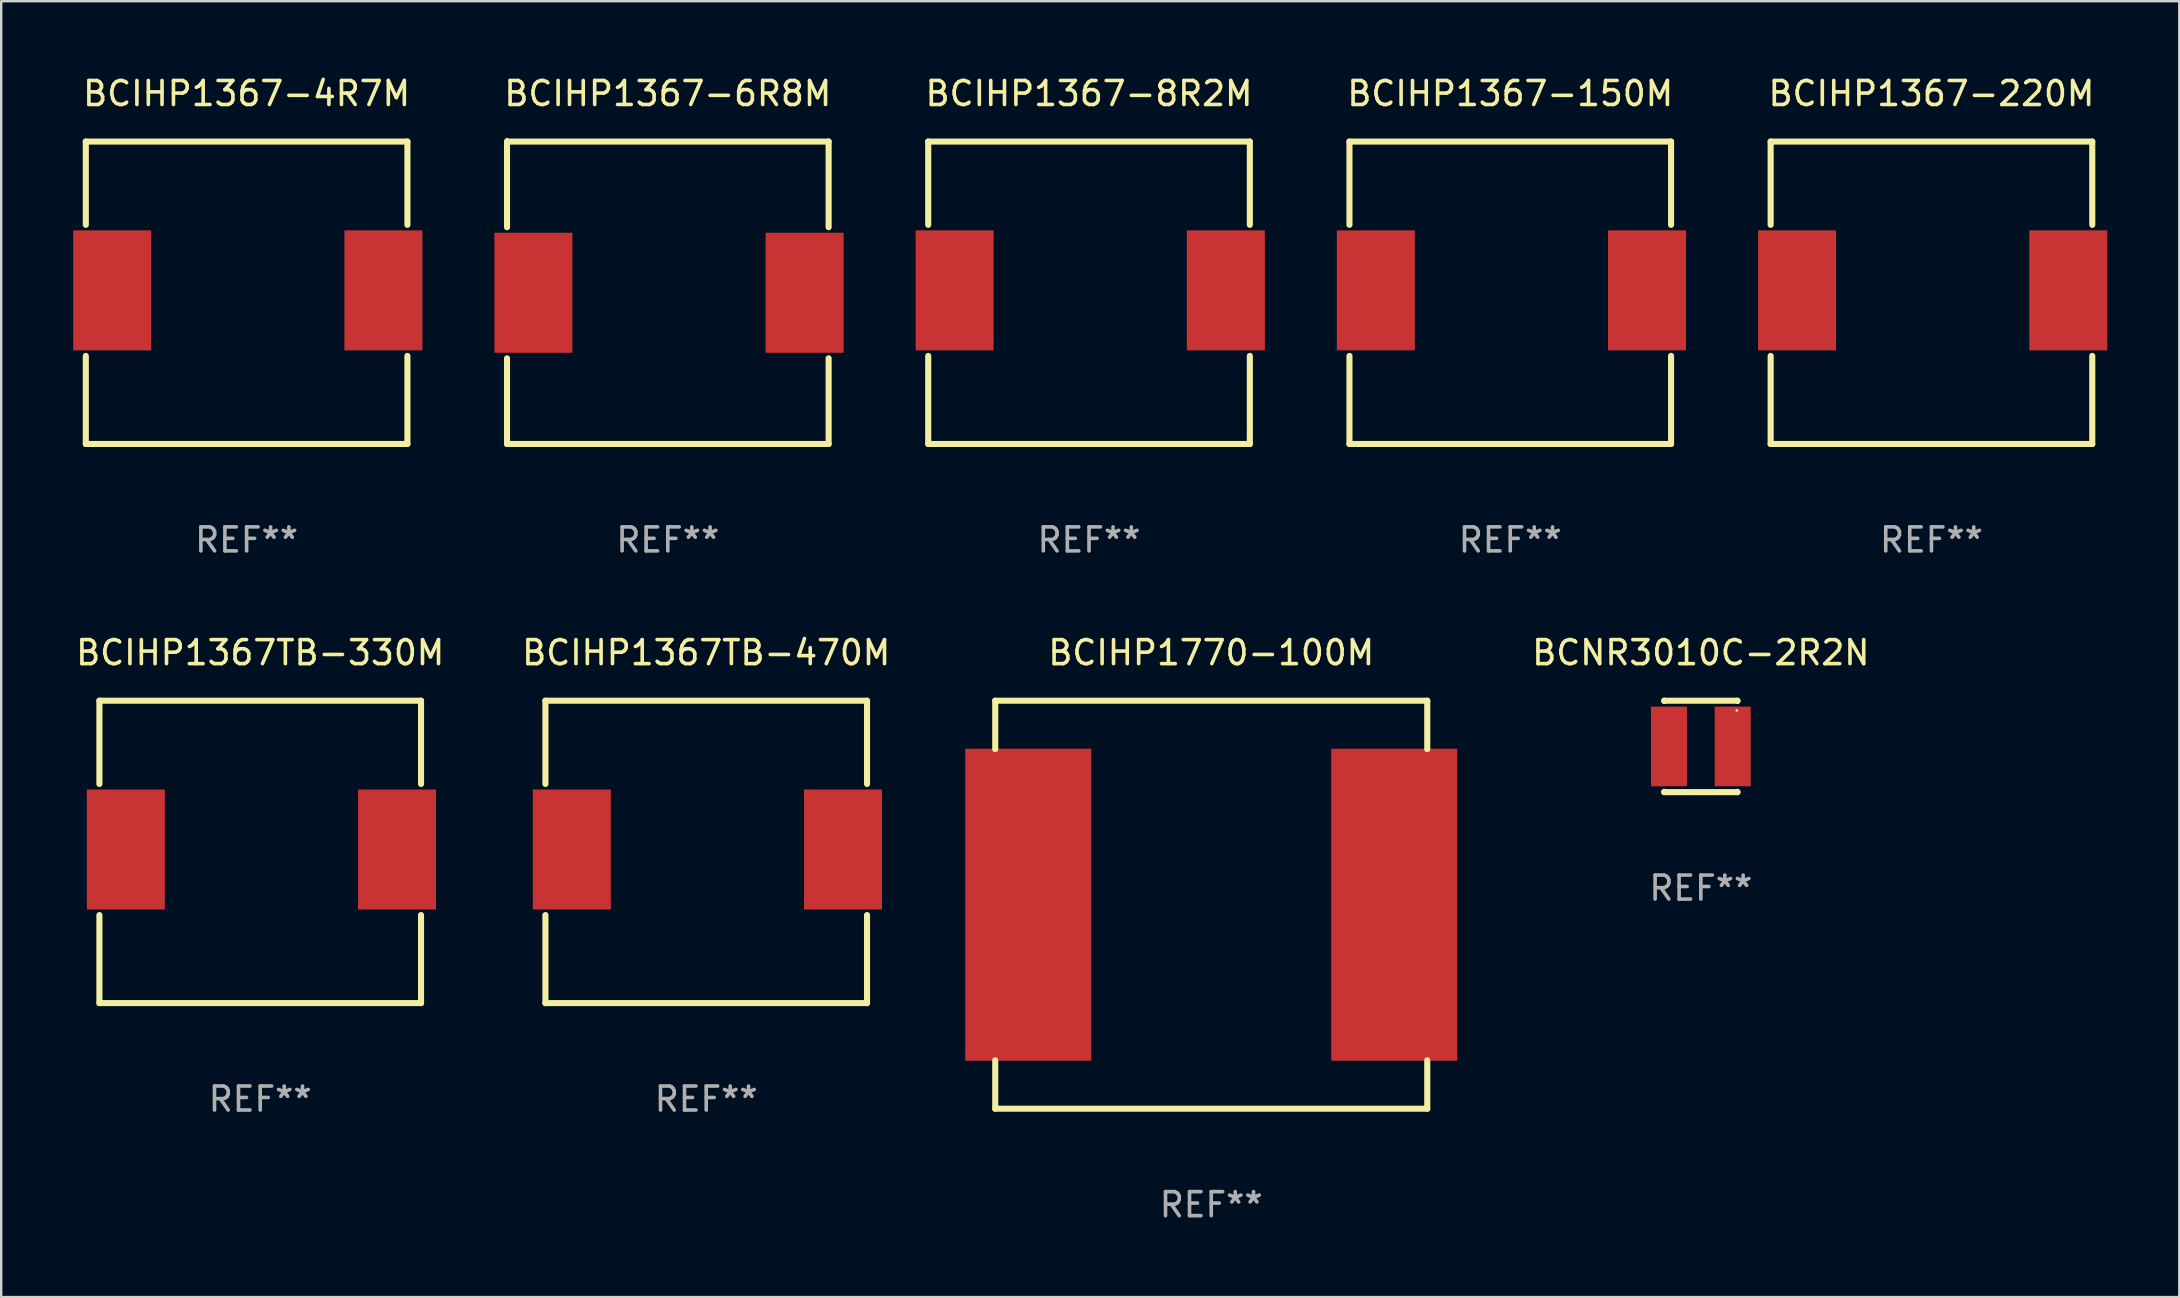
<source format=kicad_pcb>
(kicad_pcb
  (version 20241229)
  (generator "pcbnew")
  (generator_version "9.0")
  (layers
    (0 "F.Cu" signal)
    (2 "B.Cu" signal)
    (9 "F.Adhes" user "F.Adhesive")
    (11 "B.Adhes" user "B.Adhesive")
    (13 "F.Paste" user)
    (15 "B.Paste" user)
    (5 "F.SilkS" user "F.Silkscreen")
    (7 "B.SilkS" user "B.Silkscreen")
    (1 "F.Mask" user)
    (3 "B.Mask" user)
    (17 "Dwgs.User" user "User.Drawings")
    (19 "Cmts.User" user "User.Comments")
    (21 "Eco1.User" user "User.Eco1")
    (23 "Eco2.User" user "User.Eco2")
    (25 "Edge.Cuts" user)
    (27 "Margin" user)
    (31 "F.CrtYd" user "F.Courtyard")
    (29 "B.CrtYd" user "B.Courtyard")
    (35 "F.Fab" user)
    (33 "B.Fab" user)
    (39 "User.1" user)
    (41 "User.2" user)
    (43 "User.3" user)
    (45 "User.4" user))
  (footprint "BCNR3010C-2R2N"
    (layer "F.Cu")
    (at 67.816 28.05)
    (property "Reference" "BCNR3010C-2R2N" (at 0 -3.905 0) (layer "F.SilkS") (effects (font (size 1 1) (thickness 0.15))))
    (attr through_hole)
    (fp_line (start -1.524 -1.905) (end 1.524 -1.905) (stroke (width 0.254) (type solid)) (layer "F.SilkS"))
    (fp_line (start -1.524 -1.891) (end -1.524 -1.905) (stroke (width 0.254) (type solid)) (layer "F.SilkS"))
    (fp_line (start -1.524 1.905) (end -1.524 1.891) (stroke (width 0.254) (type solid)) (layer "F.SilkS"))
    (fp_line (start -1.524 1.905) (end 1.524 1.905) (stroke (width 0.254) (type solid)) (layer "F.SilkS"))
    (fp_line (start 1.524 -1.905) (end 1.524 -1.891) (stroke (width 0.254) (type solid)) (layer "F.SilkS"))
    (fp_line (start 1.524 1.891) (end 1.524 1.905) (stroke (width 0.254) (type solid)) (layer "F.SilkS"))
    (fp_circle (center 1.5 -1.5) (end 1.53 -1.5) (stroke (width 0.06) (type solid)) (fill no) (layer "F.SilkS"))
    (fp_text user "REF**" (at 0 5.905 0) (layer "F.Fab") (effects (font (size 1 1) (thickness 0.15))))
    (pad "1" smd rect (at 1.328 0) (size 1.5 3.32) (layers "F.Cu" "F.Mask" "F.Paste"))
    (pad "2" smd rect (at -1.328 0) (size 1.5 3.32) (layers "F.Cu" "F.Mask" "F.Paste")))
  (footprint "BCIHP1770-100M"
    (layer "F.Cu")
    (at 47.417 34.645)
    (property "Reference" "BCIHP1770-100M" (at 0 -10.5 0) (layer "F.SilkS") (effects (font (size 1 1) (thickness 0.15))))
    (attr through_hole)
    (fp_line (start -9 -8.5) (end 9 -8.5) (stroke (width 0.254) (type solid)) (layer "F.SilkS"))
    (fp_line (start -9 -6.481) (end -9 -8.5) (stroke (width 0.254) (type solid)) (layer "F.SilkS"))
    (fp_line (start -9 8.5) (end -9 6.481) (stroke (width 0.254) (type solid)) (layer "F.SilkS"))
    (fp_line (start -9 8.5) (end 9 8.5) (stroke (width 0.254) (type solid)) (layer "F.SilkS"))
    (fp_line (start 9 -8.5) (end 9 -6.481) (stroke (width 0.254) (type solid)) (layer "F.SilkS"))
    (fp_line (start 9 6.481) (end 9 8.5) (stroke (width 0.254) (type solid)) (layer "F.SilkS"))
    (fp_circle (center -9 8.5) (end -8.97 8.5) (stroke (width 0.06) (type solid)) (fill no) (layer "F.SilkS"))
    (fp_text user "REF**" (at 0 12.5 0) (layer "F.Fab") (effects (font (size 1 1) (thickness 0.15))))
    (pad "1" smd rect (at -7.625 0 90) (size 13 5.25) (layers "F.Cu" "F.Mask" "F.Paste"))
    (pad "2" smd rect (at 7.625 0 90) (size 13 5.25) (layers "F.Cu" "F.Mask" "F.Paste")))
  (footprint "BCIHP1367-220M"
    (layer "F.Cu")
    (at 77.425 9.148)
    (property "Reference" "BCIHP1367-220M" (at 0 -8.3 0) (layer "F.SilkS") (effects (font (size 1 1) (thickness 0.15))))
    (attr through_hole)
    (fp_line (start -6.7 -6.3) (end 6.7 -6.3) (stroke (width 0.254) (type solid)) (layer "F.SilkS"))
    (fp_line (start -6.7 -2.831) (end -6.7 -6.3) (stroke (width 0.254) (type solid)) (layer "F.SilkS"))
    (fp_line (start -6.7 6.3) (end -6.7 2.631) (stroke (width 0.254) (type solid)) (layer "F.SilkS"))
    (fp_line (start -6.7 6.3) (end 6.7 6.3) (stroke (width 0.254) (type solid)) (layer "F.SilkS"))
    (fp_line (start 6.7 -6.3) (end 6.7 -2.831) (stroke (width 0.254) (type solid)) (layer "F.SilkS"))
    (fp_line (start 6.7 2.631) (end 6.7 6.3) (stroke (width 0.254) (type solid)) (layer "F.SilkS"))
    (fp_circle (center -6.65 6.2) (end -6.62 6.2) (stroke (width 0.06) (type solid)) (fill no) (layer "F.SilkS"))
    (fp_text user "REF**" (at 0 10.3 0) (layer "F.Fab") (effects (font (size 1 1) (thickness 0.15))))
    (pad "1" smd rect (at -5.6 -0.1 90) (size 5 3.25) (layers "F.Cu" "F.Mask" "F.Paste"))
    (pad "2" smd rect (at 5.7 -0.1 90) (size 5 3.25) (layers "F.Cu" "F.Mask" "F.Paste")))
  (footprint "BCIHP1367TB-330M"
    (layer "F.Cu")
    (at 7.792 32.445)
    (property "Reference" "BCIHP1367TB-330M" (at 0 -8.3 0) (layer "F.SilkS") (effects (font (size 1 1) (thickness 0.15))))
    (attr through_hole)
    (fp_line (start -6.7 -6.3) (end 6.7 -6.3) (stroke (width 0.254) (type solid)) (layer "F.SilkS"))
    (fp_line (start -6.7 -2.831) (end -6.7 -6.3) (stroke (width 0.254) (type solid)) (layer "F.SilkS"))
    (fp_line (start -6.7 6.3) (end -6.7 2.631) (stroke (width 0.254) (type solid)) (layer "F.SilkS"))
    (fp_line (start -6.7 6.3) (end 6.7 6.3) (stroke (width 0.254) (type solid)) (layer "F.SilkS"))
    (fp_line (start 6.7 -6.3) (end 6.7 -2.831) (stroke (width 0.254) (type solid)) (layer "F.SilkS"))
    (fp_line (start 6.7 2.631) (end 6.7 6.3) (stroke (width 0.254) (type solid)) (layer "F.SilkS"))
    (fp_circle (center -6.65 6.2) (end -6.62 6.2) (stroke (width 0.06) (type solid)) (fill no) (layer "F.SilkS"))
    (fp_text user "REF**" (at 0 10.3 0) (layer "F.Fab") (effects (font (size 1 1) (thickness 0.15))))
    (pad "1" smd rect (at -5.6 -0.1 90) (size 5 3.25) (layers "F.Cu" "F.Mask" "F.Paste"))
    (pad "2" smd rect (at 5.7 -0.1 90) (size 5 3.25) (layers "F.Cu" "F.Mask" "F.Paste")))
  (footprint "BCIHP1367-6R8M"
    (layer "F.Cu")
    (at 24.775 9.148)
    (property "Reference" "BCIHP1367-6R8M" (at 0 -8.3 0) (layer "F.SilkS") (effects (font (size 1 1) (thickness 0.15))))
    (attr through_hole)
    (fp_line (start -6.7 -6.3) (end -6.7 -2.731) (stroke (width 0.254) (type solid)) (layer "F.SilkS"))
    (fp_line (start -6.7 -6.3) (end 6.7 -6.3) (stroke (width 0.254) (type solid)) (layer "F.SilkS"))
    (fp_line (start -6.7 2.731) (end -6.7 6.3) (stroke (width 0.254) (type solid)) (layer "F.SilkS"))
    (fp_line (start -6.7 6.3) (end 6.7 6.3) (stroke (width 0.254) (type solid)) (layer "F.SilkS"))
    (fp_line (start 6.7 -2.731) (end 6.7 -6.3) (stroke (width 0.254) (type solid)) (layer "F.SilkS"))
    (fp_line (start 6.7 6.3) (end 6.7 2.731) (stroke (width 0.254) (type solid)) (layer "F.SilkS"))
    (fp_circle (center -6.7 -6.4) (end -6.67 -6.4) (stroke (width 0.06) (type solid)) (fill no) (layer "F.SilkS"))
    (fp_text user "REF**" (at 0 10.3 0) (layer "F.Fab") (effects (font (size 1 1) (thickness 0.15))))
    (pad "1" smd rect (at -5.6 -0.000025 90) (size 5 3.25) (layers "F.Cu" "F.Mask" "F.Paste"))
    (pad "2" smd rect (at 5.7 0.000127 90) (size 5 3.25) (layers "F.Cu" "F.Mask" "F.Paste")))
  (footprint "BCIHP1367TB-470M"
    (layer "F.Cu")
    (at 26.375 32.445)
    (property "Reference" "BCIHP1367TB-470M" (at 0 -8.3 0) (layer "F.SilkS") (effects (font (size 1 1) (thickness 0.15))))
    (attr through_hole)
    (fp_line (start -6.7 -6.3) (end 6.7 -6.3) (stroke (width 0.254) (type solid)) (layer "F.SilkS"))
    (fp_line (start -6.7 -2.831) (end -6.7 -6.3) (stroke (width 0.254) (type solid)) (layer "F.SilkS"))
    (fp_line (start -6.7 6.3) (end -6.7 2.631) (stroke (width 0.254) (type solid)) (layer "F.SilkS"))
    (fp_line (start -6.7 6.3) (end 6.7 6.3) (stroke (width 0.254) (type solid)) (layer "F.SilkS"))
    (fp_line (start 6.7 -6.3) (end 6.7 -2.831) (stroke (width 0.254) (type solid)) (layer "F.SilkS"))
    (fp_line (start 6.7 2.631) (end 6.7 6.3) (stroke (width 0.254) (type solid)) (layer "F.SilkS"))
    (fp_circle (center -6.65 6.2) (end -6.62 6.2) (stroke (width 0.06) (type solid)) (fill no) (layer "F.SilkS"))
    (fp_text user "REF**" (at 0 10.3 0) (layer "F.Fab") (effects (font (size 1 1) (thickness 0.15))))
    (pad "1" smd rect (at -5.6 -0.1 90) (size 5 3.25) (layers "F.Cu" "F.Mask" "F.Paste"))
    (pad "2" smd rect (at 5.7 -0.1 90) (size 5 3.25) (layers "F.Cu" "F.Mask" "F.Paste")))
  (footprint "BCIHP1367-8R2M"
    (layer "F.Cu")
    (at 42.325 9.148)
    (property "Reference" "BCIHP1367-8R2M" (at 0 -8.3 0) (layer "F.SilkS") (effects (font (size 1 1) (thickness 0.15))))
    (attr through_hole)
    (fp_line (start -6.7 -6.3) (end 6.7 -6.3) (stroke (width 0.254) (type solid)) (layer "F.SilkS"))
    (fp_line (start -6.7 -2.831) (end -6.7 -6.3) (stroke (width 0.254) (type solid)) (layer "F.SilkS"))
    (fp_line (start -6.7 6.3) (end -6.7 2.631) (stroke (width 0.254) (type solid)) (layer "F.SilkS"))
    (fp_line (start -6.7 6.3) (end 6.7 6.3) (stroke (width 0.254) (type solid)) (layer "F.SilkS"))
    (fp_line (start 6.7 -6.3) (end 6.7 -2.831) (stroke (width 0.254) (type solid)) (layer "F.SilkS"))
    (fp_line (start 6.7 2.631) (end 6.7 6.3) (stroke (width 0.254) (type solid)) (layer "F.SilkS"))
    (fp_circle (center -6.65 6.2) (end -6.62 6.2) (stroke (width 0.06) (type solid)) (fill no) (layer "F.SilkS"))
    (fp_text user "REF**" (at 0 10.3 0) (layer "F.Fab") (effects (font (size 1 1) (thickness 0.15))))
    (pad "1" smd rect (at -5.6 -0.1 90) (size 5 3.25) (layers "F.Cu" "F.Mask" "F.Paste"))
    (pad "2" smd rect (at 5.7 -0.1 90) (size 5 3.25) (layers "F.Cu" "F.Mask" "F.Paste")))
  (footprint "BCIHP1367-150M"
    (layer "F.Cu")
    (at 59.875 9.148)
    (property "Reference" "BCIHP1367-150M" (at 0 -8.3 0) (layer "F.SilkS") (effects (font (size 1 1) (thickness 0.15))))
    (attr through_hole)
    (fp_line (start -6.7 -6.3) (end 6.7 -6.3) (stroke (width 0.254) (type solid)) (layer "F.SilkS"))
    (fp_line (start -6.7 -2.831) (end -6.7 -6.3) (stroke (width 0.254) (type solid)) (layer "F.SilkS"))
    (fp_line (start -6.7 6.3) (end -6.7 2.631) (stroke (width 0.254) (type solid)) (layer "F.SilkS"))
    (fp_line (start -6.7 6.3) (end 6.7 6.3) (stroke (width 0.254) (type solid)) (layer "F.SilkS"))
    (fp_line (start 6.7 -6.3) (end 6.7 -2.831) (stroke (width 0.254) (type solid)) (layer "F.SilkS"))
    (fp_line (start 6.7 2.631) (end 6.7 6.3) (stroke (width 0.254) (type solid)) (layer "F.SilkS"))
    (fp_circle (center -6.65 6.2) (end -6.62 6.2) (stroke (width 0.06) (type solid)) (fill no) (layer "F.SilkS"))
    (fp_text user "REF**" (at 0 10.3 0) (layer "F.Fab") (effects (font (size 1 1) (thickness 0.15))))
    (pad "1" smd rect (at -5.6 -0.1 90) (size 5 3.25) (layers "F.Cu" "F.Mask" "F.Paste"))
    (pad "2" smd rect (at 5.7 -0.1 90) (size 5 3.25) (layers "F.Cu" "F.Mask" "F.Paste")))
  (footprint "BCIHP1367-4R7M"
    (layer "F.Cu")
    (at 7.225 9.148)
    (property "Reference" "BCIHP1367-4R7M" (at 0 -8.3 0) (layer "F.SilkS") (effects (font (size 1 1) (thickness 0.15))))
    (attr through_hole)
    (fp_line (start -6.7 -6.3) (end 6.7 -6.3) (stroke (width 0.254) (type solid)) (layer "F.SilkS"))
    (fp_line (start -6.7 -2.831) (end -6.7 -6.3) (stroke (width 0.254) (type solid)) (layer "F.SilkS"))
    (fp_line (start -6.7 6.3) (end -6.7 2.631) (stroke (width 0.254) (type solid)) (layer "F.SilkS"))
    (fp_line (start -6.7 6.3) (end 6.7 6.3) (stroke (width 0.254) (type solid)) (layer "F.SilkS"))
    (fp_line (start 6.7 -6.3) (end 6.7 -2.831) (stroke (width 0.254) (type solid)) (layer "F.SilkS"))
    (fp_line (start 6.7 2.631) (end 6.7 6.3) (stroke (width 0.254) (type solid)) (layer "F.SilkS"))
    (fp_circle (center -6.65 6.2) (end -6.62 6.2) (stroke (width 0.06) (type solid)) (fill no) (layer "F.SilkS"))
    (fp_text user "REF**" (at 0 10.3 0) (layer "F.Fab") (effects (font (size 1 1) (thickness 0.15))))
    (pad "1" smd rect (at -5.6 -0.1 90) (size 5 3.25) (layers "F.Cu" "F.Mask" "F.Paste"))
    (pad "2" smd rect (at 5.7 -0.1 90) (size 5 3.25) (layers "F.Cu" "F.Mask" "F.Paste")))
  (gr_rect
    (start -3 -3)
    (end 87.75 50.993)
    (stroke (width 0.1) (type default))
    (fill no)
    (layer "Edge.Cuts")))
</source>
